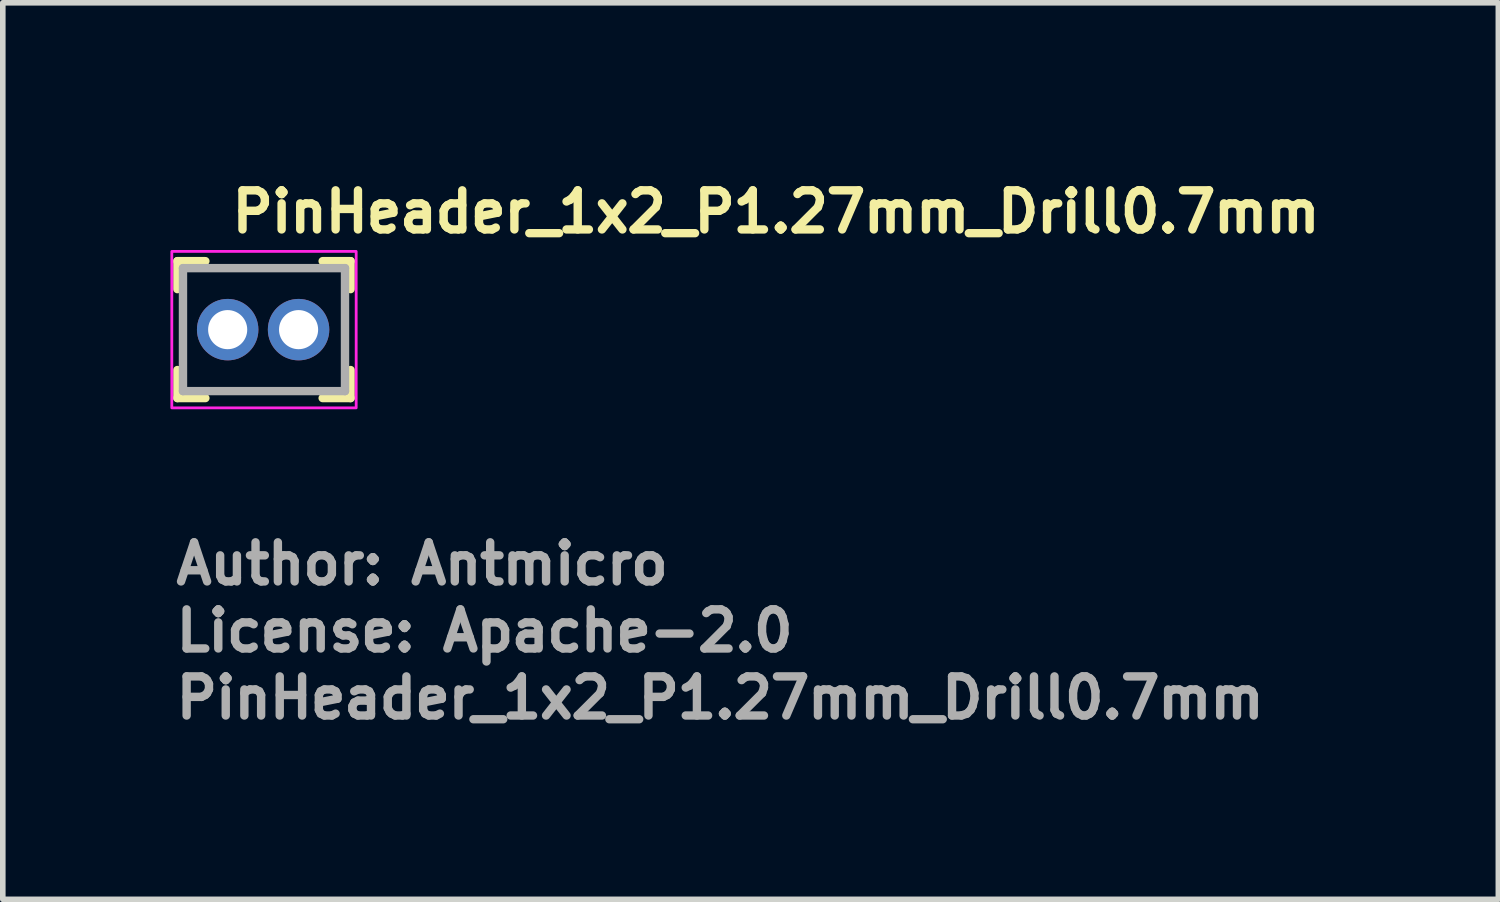
<source format=kicad_pcb>
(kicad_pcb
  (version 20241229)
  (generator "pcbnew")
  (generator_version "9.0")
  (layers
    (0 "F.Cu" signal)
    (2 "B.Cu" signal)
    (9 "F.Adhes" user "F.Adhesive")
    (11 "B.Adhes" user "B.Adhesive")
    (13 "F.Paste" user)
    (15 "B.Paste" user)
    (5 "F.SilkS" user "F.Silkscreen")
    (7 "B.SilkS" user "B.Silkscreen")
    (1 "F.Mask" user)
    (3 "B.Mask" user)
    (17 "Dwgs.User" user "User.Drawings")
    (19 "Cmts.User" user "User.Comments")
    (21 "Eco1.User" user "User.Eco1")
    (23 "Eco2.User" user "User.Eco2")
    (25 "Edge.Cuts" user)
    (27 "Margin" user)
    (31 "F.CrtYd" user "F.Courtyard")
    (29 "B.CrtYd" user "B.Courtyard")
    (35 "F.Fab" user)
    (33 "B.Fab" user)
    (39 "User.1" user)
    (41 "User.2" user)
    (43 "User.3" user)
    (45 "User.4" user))
  (footprint "PinHeader_1x2_P1.27mm_Drill0.7mm"
    (layer "F.Cu")
    (at 1.025 2.85)
    (property "Reference" "PinHeader_1x2_P1.27mm_Drill0.7mm" (at 0 -1.7 0) (layer "F.SilkS") (effects (font (size 0.7 0.7) (thickness 0.15)) (justify left bottom)))
    (attr through_hole)
    (fp_line (start -0.9 -1.226) (end -0.9 -0.725) (stroke (width 0.15) (type solid)) (layer "F.SilkS"))
    (fp_line (start -0.9 -1.226) (end -0.399 -1.226) (stroke (width 0.15) (type solid)) (layer "F.SilkS"))
    (fp_line (start -0.9 1.225) (end -0.9 0.723) (stroke (width 0.15) (type solid)) (layer "F.SilkS"))
    (fp_line (start -0.9 1.225) (end -0.399 1.225) (stroke (width 0.15) (type solid)) (layer "F.SilkS"))
    (fp_line (start 2.2 -1.226) (end 1.7 -1.226) (stroke (width 0.15) (type solid)) (layer "F.SilkS"))
    (fp_line (start 2.2 -1.226) (end 2.2 -0.725) (stroke (width 0.15) (type solid)) (layer "F.SilkS"))
    (fp_line (start 2.2 1.225) (end 1.7 1.225) (stroke (width 0.15) (type solid)) (layer "F.SilkS"))
    (fp_line (start 2.2 1.225) (end 2.2 0.723) (stroke (width 0.15) (type solid)) (layer "F.SilkS"))
    (fp_rect (start -1 -1.4) (end 2.3 1.4) (stroke (width 0.05) (type solid)) (fill no) (layer "F.CrtYd"))
    (fp_line (start -0.8 -1.101) (end -0.8 1.1) (stroke (width 0.15) (type solid)) (layer "F.Fab"))
    (fp_line (start -0.8 -1.101) (end 2.1 -1.101) (stroke (width 0.15) (type solid)) (layer "F.Fab"))
    (fp_line (start -0.8 1.1) (end 2.1 1.1) (stroke (width 0.15) (type solid)) (layer "F.Fab"))
    (fp_line (start 2.1 -1.101) (end 2.1 1.1) (stroke (width 0.15) (type solid)) (layer "F.Fab"))
    (fp_rect (start -0.635 -1) (end 1.904 1.1) (stroke (width 0.1) (type solid)) (fill no) (layer "User.5"))
    (fp_line (start -0.635 -0.701) (end -0.635 0.8) (stroke (width 0.02) (type solid)) (layer "User.9"))
    (fp_line (start -0.635 0.8) (end -0.337 1.1) (stroke (width 0.02) (type solid)) (layer "User.9"))
    (fp_line (start -0.337 -1) (end -0.635 -0.701) (stroke (width 0.02) (type solid)) (layer "User.9"))
    (fp_line (start -0.202 -0.15) (end -0.202 0.248) (stroke (width 0.02) (type solid)) (layer "User.9"))
    (fp_line (start -0.202 -0.15) (end -0.202 0.248) (stroke (width 0.02) (type solid)) (layer "User.9"))
    (fp_line (start -0.202 0.248) (end 0.2 0.248) (stroke (width 0.02) (type solid)) (layer "User.9"))
    (fp_line (start -0.202 0.248) (end 0.2 0.248) (stroke (width 0.02) (type solid)) (layer "User.9"))
    (fp_line (start -0.197 -0.145) (end -0.102 -0.052) (stroke (width 0.02) (type solid)) (layer "User.9"))
    (fp_line (start -0.197 -0.145) (end 0.195 -0.145) (stroke (width 0.02) (type solid)) (layer "User.9"))
    (fp_line (start -0.197 0.243) (end -0.197 -0.145) (stroke (width 0.02) (type solid)) (layer "User.9"))
    (fp_line (start -0.197 0.243) (end -0.102 0.148) (stroke (width 0.02) (type solid)) (layer "User.9"))
    (fp_line (start -0.102 -0.052) (end -0.102 0.148) (stroke (width 0.02) (type solid)) (layer "User.9"))
    (fp_line (start -0.102 0.148) (end 0.1 0.148) (stroke (width 0.02) (type solid)) (layer "User.9"))
    (fp_line (start 0.1 -0.052) (end -0.102 -0.052) (stroke (width 0.02) (type solid)) (layer "User.9"))
    (fp_line (start 0.1 0.148) (end 0.1 -0.052) (stroke (width 0.02) (type solid)) (layer "User.9"))
    (fp_line (start 0.195 -0.145) (end 0.1 -0.052) (stroke (width 0.02) (type solid)) (layer "User.9"))
    (fp_line (start 0.195 -0.145) (end 0.195 0.243) (stroke (width 0.02) (type solid)) (layer "User.9"))
    (fp_line (start 0.195 0.243) (end -0.197 0.243) (stroke (width 0.02) (type solid)) (layer "User.9"))
    (fp_line (start 0.195 0.243) (end 0.1 0.148) (stroke (width 0.02) (type solid)) (layer "User.9"))
    (fp_line (start 0.2 -0.15) (end -0.202 -0.15) (stroke (width 0.02) (type solid)) (layer "User.9"))
    (fp_line (start 0.2 -0.15) (end -0.202 -0.15) (stroke (width 0.02) (type solid)) (layer "User.9"))
    (fp_line (start 0.2 0.248) (end 0.2 -0.15) (stroke (width 0.02) (type solid)) (layer "User.9"))
    (fp_line (start 0.2 0.248) (end 0.2 -0.15) (stroke (width 0.02) (type solid)) (layer "User.9"))
    (fp_line (start 0.335 -1) (end -0.337 -1) (stroke (width 0.02) (type solid)) (layer "User.9"))
    (fp_line (start 0.335 1.1) (end -0.337 1.1) (stroke (width 0.02) (type solid)) (layer "User.9"))
    (fp_line (start 0.335 1.1) (end 0.633 0.8) (stroke (width 0.02) (type solid)) (layer "User.9"))
    (fp_line (start 0.633 -0.701) (end 0.335 -1) (stroke (width 0.02) (type solid)) (layer "User.9"))
    (fp_line (start 0.633 0.8) (end 0.935 1.1) (stroke (width 0.02) (type solid)) (layer "User.9"))
    (fp_line (start 0.935 -1) (end 0.633 -0.701) (stroke (width 0.02) (type solid)) (layer "User.9"))
    (fp_line (start 1.07 -0.15) (end 1.07 0.248) (stroke (width 0.02) (type solid)) (layer "User.9"))
    (fp_line (start 1.07 -0.15) (end 1.07 0.248) (stroke (width 0.02) (type solid)) (layer "User.9"))
    (fp_line (start 1.07 0.248) (end 1.469 0.248) (stroke (width 0.02) (type solid)) (layer "User.9"))
    (fp_line (start 1.07 0.248) (end 1.469 0.248) (stroke (width 0.02) (type solid)) (layer "User.9"))
    (fp_line (start 1.074 -0.145) (end 1.169 -0.052) (stroke (width 0.02) (type solid)) (layer "User.9"))
    (fp_line (start 1.074 -0.145) (end 1.465 -0.145) (stroke (width 0.02) (type solid)) (layer "User.9"))
    (fp_line (start 1.074 0.243) (end 1.074 -0.145) (stroke (width 0.02) (type solid)) (layer "User.9"))
    (fp_line (start 1.074 0.243) (end 1.169 0.148) (stroke (width 0.02) (type solid)) (layer "User.9"))
    (fp_line (start 1.169 -0.052) (end 1.169 0.148) (stroke (width 0.02) (type solid)) (layer "User.9"))
    (fp_line (start 1.169 0.148) (end 1.37 0.148) (stroke (width 0.02) (type solid)) (layer "User.9"))
    (fp_line (start 1.37 -0.052) (end 1.169 -0.052) (stroke (width 0.02) (type solid)) (layer "User.9"))
    (fp_line (start 1.37 0.148) (end 1.37 -0.052) (stroke (width 0.02) (type solid)) (layer "User.9"))
    (fp_line (start 1.465 -0.145) (end 1.37 -0.052) (stroke (width 0.02) (type solid)) (layer "User.9"))
    (fp_line (start 1.465 -0.145) (end 1.465 0.243) (stroke (width 0.02) (type solid)) (layer "User.9"))
    (fp_line (start 1.465 0.243) (end 1.074 0.243) (stroke (width 0.02) (type solid)) (layer "User.9"))
    (fp_line (start 1.465 0.243) (end 1.37 0.148) (stroke (width 0.02) (type solid)) (layer "User.9"))
    (fp_line (start 1.469 -0.15) (end 1.07 -0.15) (stroke (width 0.02) (type solid)) (layer "User.9"))
    (fp_line (start 1.469 -0.15) (end 1.07 -0.15) (stroke (width 0.02) (type solid)) (layer "User.9"))
    (fp_line (start 1.469 0.248) (end 1.469 -0.15) (stroke (width 0.02) (type solid)) (layer "User.9"))
    (fp_line (start 1.469 0.248) (end 1.469 -0.15) (stroke (width 0.02) (type solid)) (layer "User.9"))
    (fp_line (start 1.604 -1) (end 0.935 -1) (stroke (width 0.02) (type solid)) (layer "User.9"))
    (fp_line (start 1.604 1.1) (end 0.935 1.1) (stroke (width 0.02) (type solid)) (layer "User.9"))
    (fp_line (start 1.604 1.1) (end 1.904 0.8) (stroke (width 0.02) (type solid)) (layer "User.9"))
    (fp_line (start 1.904 -0.701) (end 1.604 -1) (stroke (width 0.02) (type solid)) (layer "User.9"))
    (fp_line (start 1.904 -0.701) (end 1.904 0.8) (stroke (width 0.02) (type solid)) (layer "User.9"))
    (fp_text user "${REFERENCE}" (at -1 7 0) (layer "F.Fab") (effects (font (size 0.7 0.7) (thickness 0.15)) (justify left bottom)))
    (fp_text user "Author: Antmicro" (at -1 4.6 0) (layer "F.Fab") (effects (font (size 0.7 0.7) (thickness 0.15)) (justify left bottom)))
    (fp_text user "License: Apache-2.0" (at -1 5.8 0) (layer "F.Fab") (effects (font (size 0.7 0.7) (thickness 0.15)) (justify left bottom)))
    (pad "1" thru_hole circle (at 0 0) (size 1.1 1.1) (drill 0.7) (layers "*.Cu" "*.Mask"))
    (pad "2" thru_hole circle (at 1.269 0) (size 1.1 1.1) (drill 0.7) (layers "*.Cu" "*.Mask")))
  (gr_rect
    (start -3 -3)
    (end 23.768 13.046)
    (stroke (width 0.1) (type default))
    (fill no)
    (layer "Edge.Cuts")))
</source>
